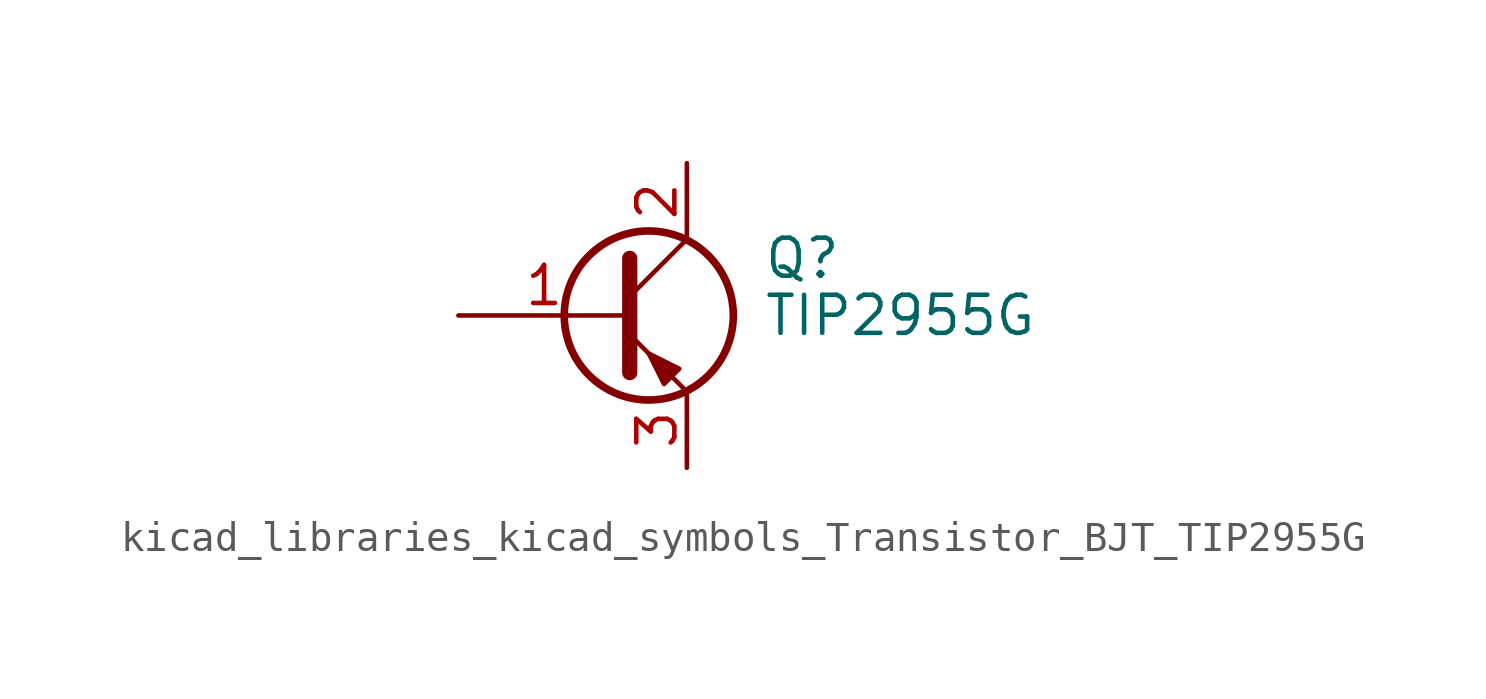
<source format=kicad_sym>
(kicad_symbol_lib
  (version 20220914)
  (generator kicad_symbol_editor)
  (symbol "kicad_libraries_kicad_symbols_Transistor_BJT_TIP2955G"
    (pin_names
      (offset 0) hide)
    (property "Reference" "Q"
      (at 5.08 1.905 0)
      (effects (font (size 1.27 1.27)) (justify left)))
    (property "Value" "TIP2955G"
      (at 5.08 0 0)
      (effects (font (size 1.27 1.27)) (justify left)))
    (symbol "kicad_libraries_kicad_symbols_Transistor_BJT_TIP2955G_0_1"
      (polyline (pts (xy 0.635 0.635) (xy 2.54 2.54)) (stroke (width 0) (type default)) (fill (type none)))
      (polyline (pts (xy 0.635 -0.635) (xy 2.54 -2.54) (xy 2.54 -2.54)) (stroke (width 0) (type default)) (fill (type none)))
      (polyline (pts (xy 0.635 1.905) (xy 0.635 -1.905) (xy 0.635 -1.905)) (stroke (width 0.508) (type default)) (fill (type none)))
      (polyline (pts (xy 2.286 -1.778) (xy 1.778 -2.286) (xy 1.27 -1.27) (xy 2.286 -1.778) (xy 2.286 -1.778)) (stroke (width 0) (type default)) (fill (type outline)))
      (circle (center 1.27 0) (radius 2.819) (stroke (width 0.254) (type default)) (fill (type none))))
    (symbol "kicad_libraries_kicad_symbols_Transistor_BJT_TIP2955G_1_1"
      (pin input line (at -5.08 0 0) (length 5.715) (name "B" (effects (font (size 1.27 1.27)))) (number "1" (effects (font (size 1.27 1.27)))))
      (pin passive line (at 2.54 5.08 270) (length 2.54) (name "C" (effects (font (size 1.27 1.27)))) (number "2" (effects (font (size 1.27 1.27)))))
      (pin passive line (at 2.54 -5.08 90) (length 2.54) (name "E" (effects (font (size 1.27 1.27)))) (number "3" (effects (font (size 1.27 1.27))))))))
</source>
